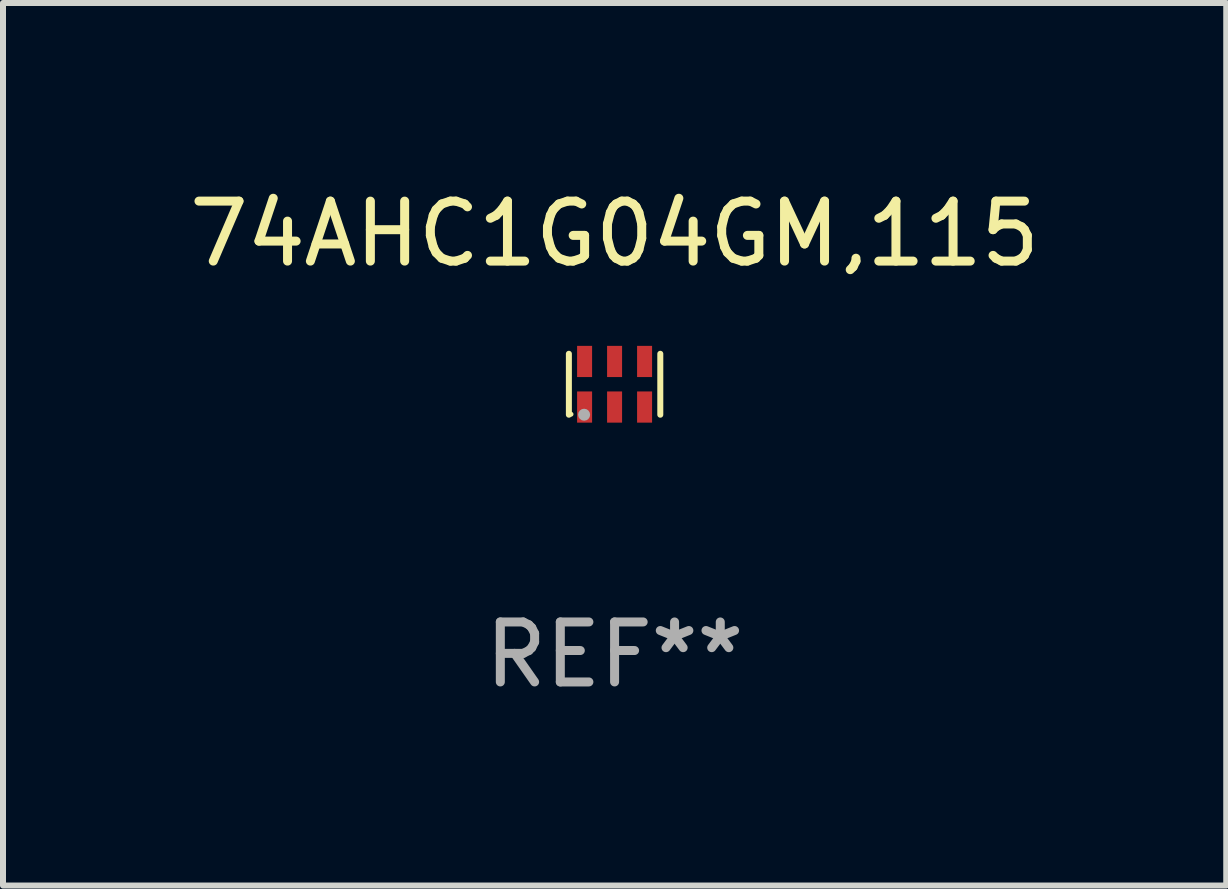
<source format=kicad_pcb>
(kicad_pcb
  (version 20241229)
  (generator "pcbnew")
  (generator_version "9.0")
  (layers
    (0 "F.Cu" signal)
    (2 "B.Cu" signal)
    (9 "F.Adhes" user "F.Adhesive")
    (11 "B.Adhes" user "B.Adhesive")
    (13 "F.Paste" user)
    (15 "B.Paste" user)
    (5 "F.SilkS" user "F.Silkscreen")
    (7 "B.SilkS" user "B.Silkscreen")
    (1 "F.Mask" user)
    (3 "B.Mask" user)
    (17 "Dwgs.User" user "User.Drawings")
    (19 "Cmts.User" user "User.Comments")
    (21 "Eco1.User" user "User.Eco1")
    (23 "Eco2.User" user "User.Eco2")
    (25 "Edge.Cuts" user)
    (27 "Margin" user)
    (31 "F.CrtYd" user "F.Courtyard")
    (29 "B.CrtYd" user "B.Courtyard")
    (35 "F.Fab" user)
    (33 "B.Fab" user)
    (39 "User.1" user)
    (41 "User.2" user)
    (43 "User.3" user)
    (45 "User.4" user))
  (footprint "74AHC1G04GM,115"
    (layer "F.Cu")
    (at 7.196 3.356)
    (property "Reference" "74AHC1G04GM,115" (at 0 -2.508 0) (layer "F.SilkS") (effects (font (size 1 1) (thickness 0.15))))
    (attr through_hole)
    (fp_line (start -0.762 -0.508) (end -0.762 0.508) (stroke (width 0.1) (type solid)) (layer "F.SilkS"))
    (fp_line (start 0.762 -0.508) (end 0.762 0.508) (stroke (width 0.1) (type solid)) (layer "F.SilkS"))
    (fp_circle (center -0.725 0.5) (end -0.705 0.5) (stroke (width 0.04) (type solid)) (fill no) (layer "F.SilkS"))
    (fp_circle (center -0.508 0.508) (end -0.458 0.508) (stroke (width 0.1) (type solid)) (fill no) (layer "F.Fab"))
    (fp_text user "REF**" (at 0 4.508 0) (layer "F.Fab") (effects (font (size 1 1) (thickness 0.15))))
    (pad "1" smd rect (at -0.5 0.38) (size 0.25 0.52) (layers "F.Cu" "F.Mask" "F.Paste"))
    (pad "2" smd rect (at -0.000127 0.38) (size 0.25 0.52) (layers "F.Cu" "F.Mask" "F.Paste"))
    (pad "3" smd rect (at 0.5 0.38) (size 0.25 0.52) (layers "F.Cu" "F.Mask" "F.Paste"))
    (pad "4" smd rect (at 0.5 -0.38 180) (size 0.25 0.52) (layers "F.Cu" "F.Mask" "F.Paste"))
    (pad "5" smd rect (at -0.000127 -0.38 180) (size 0.25 0.52) (layers "F.Cu" "F.Mask" "F.Paste"))
    (pad "6" smd rect (at -0.5 -0.38 180) (size 0.25 0.52) (layers "F.Cu" "F.Mask" "F.Paste")))
  (gr_rect
    (start -3 -3)
    (end 17.393 11.713)
    (stroke (width 0.1) (type default))
    (fill no)
    (layer "Edge.Cuts")))
</source>
